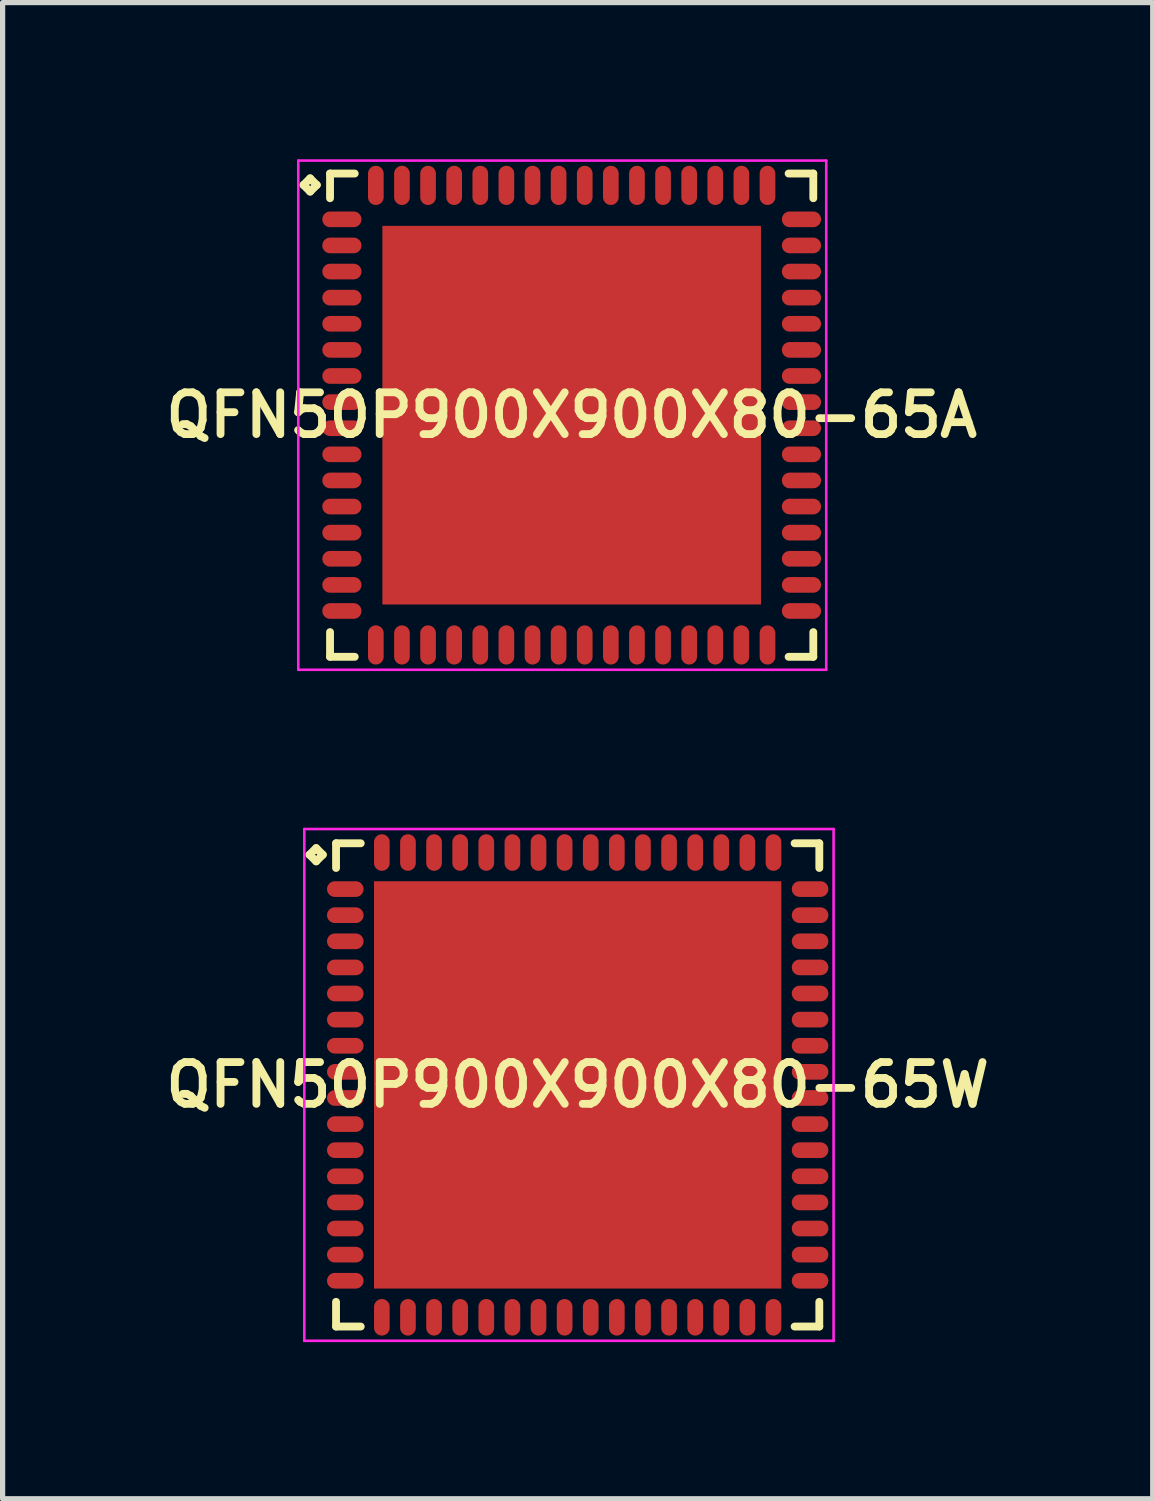
<source format=kicad_pcb>
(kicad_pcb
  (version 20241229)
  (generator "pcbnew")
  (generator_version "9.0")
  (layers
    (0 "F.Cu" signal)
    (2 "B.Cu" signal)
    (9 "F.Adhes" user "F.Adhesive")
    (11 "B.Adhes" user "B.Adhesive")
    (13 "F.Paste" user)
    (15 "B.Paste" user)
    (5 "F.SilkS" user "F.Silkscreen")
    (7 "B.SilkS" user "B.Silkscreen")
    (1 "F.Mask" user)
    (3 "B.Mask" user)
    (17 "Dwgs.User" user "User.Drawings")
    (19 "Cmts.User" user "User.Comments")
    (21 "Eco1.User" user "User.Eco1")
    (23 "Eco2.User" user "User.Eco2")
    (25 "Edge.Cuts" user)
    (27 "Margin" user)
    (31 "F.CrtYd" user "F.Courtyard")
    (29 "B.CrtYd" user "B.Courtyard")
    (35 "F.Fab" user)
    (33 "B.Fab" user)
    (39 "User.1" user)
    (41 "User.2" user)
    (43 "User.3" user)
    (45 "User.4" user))
  (footprint "QFN50P900X900X80-65W"
    (layer "F.Cu")
    (at 8.012 17.725)
    (property "Reference" "QFN50P900X900X80-65W" (at 0 0 0) (layer "F.SilkS") (effects (font (size 0.8 0.8) (thickness 0.15))))
    (attr smd)
    (fp_line (start -5.135 -4.408) (end -5.008 -4.535) (stroke (width 0.15) (type solid)) (layer "F.SilkS"))
    (fp_line (start -5.008 -4.535) (end -4.881 -4.408) (stroke (width 0.15) (type solid)) (layer "F.SilkS"))
    (fp_line (start -5.008 -4.281) (end -5.135 -4.408) (stroke (width 0.15) (type solid)) (layer "F.SilkS"))
    (fp_line (start -4.881 -4.408) (end -5.008 -4.281) (stroke (width 0.15) (type solid)) (layer "F.SilkS"))
    (fp_line (start -4.627 -4.627) (end -4.154 -4.627) (stroke (width 0.15) (type solid)) (layer "F.SilkS"))
    (fp_line (start -4.627 -4.154) (end -4.627 -4.627) (stroke (width 0.15) (type solid)) (layer "F.SilkS"))
    (fp_line (start -4.627 4.154) (end -4.627 4.627) (stroke (width 0.15) (type solid)) (layer "F.SilkS"))
    (fp_line (start -4.627 4.627) (end -4.154 4.627) (stroke (width 0.15) (type solid)) (layer "F.SilkS"))
    (fp_line (start 4.154 -4.627) (end 4.627 -4.627) (stroke (width 0.15) (type solid)) (layer "F.SilkS"))
    (fp_line (start 4.154 4.627) (end 4.627 4.627) (stroke (width 0.15) (type solid)) (layer "F.SilkS"))
    (fp_line (start 4.627 -4.627) (end 4.627 -4.154) (stroke (width 0.15) (type solid)) (layer "F.SilkS"))
    (fp_line (start 4.627 4.627) (end 4.627 4.154) (stroke (width 0.15) (type solid)) (layer "F.SilkS"))
    (fp_line (start -5.235 -4.9) (end 4.9 -4.9) (stroke (width 0.05) (type solid)) (layer "F.CrtYd"))
    (fp_line (start -5.235 4.9) (end -5.235 -4.9) (stroke (width 0.05) (type solid)) (layer "F.CrtYd"))
    (fp_line (start 4.9 -4.9) (end 4.9 4.9) (stroke (width 0.05) (type solid)) (layer "F.CrtYd"))
    (fp_line (start 4.9 4.9) (end -5.235 4.9) (stroke (width 0.05) (type solid)) (layer "F.CrtYd"))
    (pad "1" smd oval (at -4.45 -3.75) (size 0.7 0.3) (layers "F.Cu" "F.Mask" "F.Paste"))
    (pad "2" smd oval (at -4.45 -3.25) (size 0.7 0.3) (layers "F.Cu" "F.Mask" "F.Paste"))
    (pad "3" smd oval (at -4.45 -2.75) (size 0.7 0.3) (layers "F.Cu" "F.Mask" "F.Paste"))
    (pad "4" smd oval (at -4.45 -2.25) (size 0.7 0.3) (layers "F.Cu" "F.Mask" "F.Paste"))
    (pad "5" smd oval (at -4.45 -1.75) (size 0.7 0.3) (layers "F.Cu" "F.Mask" "F.Paste"))
    (pad "6" smd oval (at -4.45 -1.25) (size 0.7 0.3) (layers "F.Cu" "F.Mask" "F.Paste"))
    (pad "7" smd oval (at -4.45 -0.75) (size 0.7 0.3) (layers "F.Cu" "F.Mask" "F.Paste"))
    (pad "8" smd oval (at -4.45 -0.25) (size 0.7 0.3) (layers "F.Cu" "F.Mask" "F.Paste"))
    (pad "9" smd oval (at -4.45 0.25) (size 0.7 0.3) (layers "F.Cu" "F.Mask" "F.Paste"))
    (pad "10" smd oval (at -4.45 0.75) (size 0.7 0.3) (layers "F.Cu" "F.Mask" "F.Paste"))
    (pad "11" smd oval (at -4.45 1.25) (size 0.7 0.3) (layers "F.Cu" "F.Mask" "F.Paste"))
    (pad "12" smd oval (at -4.45 1.75) (size 0.7 0.3) (layers "F.Cu" "F.Mask" "F.Paste"))
    (pad "13" smd oval (at -4.45 2.25) (size 0.7 0.3) (layers "F.Cu" "F.Mask" "F.Paste"))
    (pad "14" smd oval (at -4.45 2.75) (size 0.7 0.3) (layers "F.Cu" "F.Mask" "F.Paste"))
    (pad "15" smd oval (at -4.45 3.25) (size 0.7 0.3) (layers "F.Cu" "F.Mask" "F.Paste"))
    (pad "16" smd oval (at -4.45 3.75) (size 0.7 0.3) (layers "F.Cu" "F.Mask" "F.Paste"))
    (pad "17" smd oval (at -3.75 4.45) (size 0.3 0.7) (layers "F.Cu" "F.Mask" "F.Paste"))
    (pad "18" smd oval (at -3.25 4.45) (size 0.3 0.7) (layers "F.Cu" "F.Mask" "F.Paste"))
    (pad "19" smd oval (at -2.75 4.45) (size 0.3 0.7) (layers "F.Cu" "F.Mask" "F.Paste"))
    (pad "20" smd oval (at -2.25 4.45) (size 0.3 0.7) (layers "F.Cu" "F.Mask" "F.Paste"))
    (pad "21" smd oval (at -1.75 4.45) (size 0.3 0.7) (layers "F.Cu" "F.Mask" "F.Paste"))
    (pad "22" smd oval (at -1.25 4.45) (size 0.3 0.7) (layers "F.Cu" "F.Mask" "F.Paste"))
    (pad "23" smd oval (at -0.75 4.45) (size 0.3 0.7) (layers "F.Cu" "F.Mask" "F.Paste"))
    (pad "24" smd oval (at -0.25 4.45) (size 0.3 0.7) (layers "F.Cu" "F.Mask" "F.Paste"))
    (pad "25" smd oval (at 0.25 4.45) (size 0.3 0.7) (layers "F.Cu" "F.Mask" "F.Paste"))
    (pad "26" smd oval (at 0.75 4.45) (size 0.3 0.7) (layers "F.Cu" "F.Mask" "F.Paste"))
    (pad "27" smd oval (at 1.25 4.45) (size 0.3 0.7) (layers "F.Cu" "F.Mask" "F.Paste"))
    (pad "28" smd oval (at 1.75 4.45) (size 0.3 0.7) (layers "F.Cu" "F.Mask" "F.Paste"))
    (pad "29" smd oval (at 2.25 4.45) (size 0.3 0.7) (layers "F.Cu" "F.Mask" "F.Paste"))
    (pad "30" smd oval (at 2.75 4.45) (size 0.3 0.7) (layers "F.Cu" "F.Mask" "F.Paste"))
    (pad "31" smd oval (at 3.25 4.45) (size 0.3 0.7) (layers "F.Cu" "F.Mask" "F.Paste"))
    (pad "32" smd oval (at 3.75 4.45) (size 0.3 0.7) (layers "F.Cu" "F.Mask" "F.Paste"))
    (pad "33" smd oval (at 4.45 3.75) (size 0.7 0.3) (layers "F.Cu" "F.Mask" "F.Paste"))
    (pad "34" smd oval (at 4.45 3.25) (size 0.7 0.3) (layers "F.Cu" "F.Mask" "F.Paste"))
    (pad "35" smd oval (at 4.45 2.75) (size 0.7 0.3) (layers "F.Cu" "F.Mask" "F.Paste"))
    (pad "36" smd oval (at 4.45 2.25) (size 0.7 0.3) (layers "F.Cu" "F.Mask" "F.Paste"))
    (pad "37" smd oval (at 4.45 1.75) (size 0.7 0.3) (layers "F.Cu" "F.Mask" "F.Paste"))
    (pad "38" smd oval (at 4.45 1.25) (size 0.7 0.3) (layers "F.Cu" "F.Mask" "F.Paste"))
    (pad "39" smd oval (at 4.45 0.75) (size 0.7 0.3) (layers "F.Cu" "F.Mask" "F.Paste"))
    (pad "40" smd oval (at 4.45 0.25) (size 0.7 0.3) (layers "F.Cu" "F.Mask" "F.Paste"))
    (pad "41" smd oval (at 4.45 -0.25) (size 0.7 0.3) (layers "F.Cu" "F.Mask" "F.Paste"))
    (pad "42" smd oval (at 4.45 -0.75) (size 0.7 0.3) (layers "F.Cu" "F.Mask" "F.Paste"))
    (pad "43" smd oval (at 4.45 -1.25) (size 0.7 0.3) (layers "F.Cu" "F.Mask" "F.Paste"))
    (pad "44" smd oval (at 4.45 -1.75) (size 0.7 0.3) (layers "F.Cu" "F.Mask" "F.Paste"))
    (pad "45" smd oval (at 4.45 -2.25) (size 0.7 0.3) (layers "F.Cu" "F.Mask" "F.Paste"))
    (pad "46" smd oval (at 4.45 -2.75) (size 0.7 0.3) (layers "F.Cu" "F.Mask" "F.Paste"))
    (pad "47" smd oval (at 4.45 -3.25) (size 0.7 0.3) (layers "F.Cu" "F.Mask" "F.Paste"))
    (pad "48" smd oval (at 4.45 -3.75) (size 0.7 0.3) (layers "F.Cu" "F.Mask" "F.Paste"))
    (pad "49" smd oval (at 3.75 -4.45) (size 0.3 0.7) (layers "F.Cu" "F.Mask" "F.Paste"))
    (pad "50" smd oval (at 3.25 -4.45) (size 0.3 0.7) (layers "F.Cu" "F.Mask" "F.Paste"))
    (pad "51" smd oval (at 2.75 -4.45) (size 0.3 0.7) (layers "F.Cu" "F.Mask" "F.Paste"))
    (pad "52" smd oval (at 2.25 -4.45) (size 0.3 0.7) (layers "F.Cu" "F.Mask" "F.Paste"))
    (pad "53" smd oval (at 1.75 -4.45) (size 0.3 0.7) (layers "F.Cu" "F.Mask" "F.Paste"))
    (pad "54" smd oval (at 1.25 -4.45) (size 0.3 0.7) (layers "F.Cu" "F.Mask" "F.Paste"))
    (pad "55" smd oval (at 0.75 -4.45) (size 0.3 0.7) (layers "F.Cu" "F.Mask" "F.Paste"))
    (pad "56" smd oval (at 0.25 -4.45) (size 0.3 0.7) (layers "F.Cu" "F.Mask" "F.Paste"))
    (pad "57" smd oval (at -0.25 -4.45) (size 0.3 0.7) (layers "F.Cu" "F.Mask" "F.Paste"))
    (pad "58" smd oval (at -0.75 -4.45) (size 0.3 0.7) (layers "F.Cu" "F.Mask" "F.Paste"))
    (pad "59" smd oval (at -1.25 -4.45) (size 0.3 0.7) (layers "F.Cu" "F.Mask" "F.Paste"))
    (pad "60" smd oval (at -1.75 -4.45) (size 0.3 0.7) (layers "F.Cu" "F.Mask" "F.Paste"))
    (pad "61" smd oval (at -2.25 -4.45) (size 0.3 0.7) (layers "F.Cu" "F.Mask" "F.Paste"))
    (pad "62" smd oval (at -2.75 -4.45) (size 0.3 0.7) (layers "F.Cu" "F.Mask" "F.Paste"))
    (pad "63" smd oval (at -3.25 -4.45) (size 0.3 0.7) (layers "F.Cu" "F.Mask" "F.Paste"))
    (pad "64" smd oval (at -3.75 -4.45) (size 0.3 0.7) (layers "F.Cu" "F.Mask" "F.Paste"))
    (pad "65" smd rect (at 0 0) (size 7.8 7.8) (layers "F.Cu" "F.Mask" "F.Paste")))
  (footprint "QFN50P900X900X80-65A"
    (layer "F.Cu")
    (at 7.897 4.9)
    (property "Reference" "QFN50P900X900X80-65A" (at 0 0 0) (layer "F.SilkS") (effects (font (size 0.8 0.8) (thickness 0.15))))
    (attr smd)
    (fp_line (start -5.135 -4.408) (end -5.008 -4.535) (stroke (width 0.15) (type solid)) (layer "F.SilkS"))
    (fp_line (start -5.008 -4.535) (end -4.881 -4.408) (stroke (width 0.15) (type solid)) (layer "F.SilkS"))
    (fp_line (start -5.008 -4.281) (end -5.135 -4.408) (stroke (width 0.15) (type solid)) (layer "F.SilkS"))
    (fp_line (start -4.881 -4.408) (end -5.008 -4.281) (stroke (width 0.15) (type solid)) (layer "F.SilkS"))
    (fp_line (start -4.627 -4.627) (end -4.154 -4.627) (stroke (width 0.15) (type solid)) (layer "F.SilkS"))
    (fp_line (start -4.627 -4.154) (end -4.627 -4.627) (stroke (width 0.15) (type solid)) (layer "F.SilkS"))
    (fp_line (start -4.627 4.154) (end -4.627 4.627) (stroke (width 0.15) (type solid)) (layer "F.SilkS"))
    (fp_line (start -4.627 4.627) (end -4.154 4.627) (stroke (width 0.15) (type solid)) (layer "F.SilkS"))
    (fp_line (start 4.154 -4.627) (end 4.627 -4.627) (stroke (width 0.15) (type solid)) (layer "F.SilkS"))
    (fp_line (start 4.154 4.627) (end 4.627 4.627) (stroke (width 0.15) (type solid)) (layer "F.SilkS"))
    (fp_line (start 4.627 -4.627) (end 4.627 -4.154) (stroke (width 0.15) (type solid)) (layer "F.SilkS"))
    (fp_line (start 4.627 4.627) (end 4.627 4.154) (stroke (width 0.15) (type solid)) (layer "F.SilkS"))
    (fp_line (start -5.235 -4.875) (end 4.875 -4.875) (stroke (width 0.05) (type solid)) (layer "F.CrtYd"))
    (fp_line (start -5.235 4.875) (end -5.235 -4.875) (stroke (width 0.05) (type solid)) (layer "F.CrtYd"))
    (fp_line (start 4.875 -4.875) (end 4.875 4.875) (stroke (width 0.05) (type solid)) (layer "F.CrtYd"))
    (fp_line (start 4.875 4.875) (end -5.235 4.875) (stroke (width 0.05) (type solid)) (layer "F.CrtYd"))
    (pad "1" smd oval (at -4.4 -3.75) (size 0.75 0.3) (layers "F.Cu" "F.Mask" "F.Paste"))
    (pad "2" smd oval (at -4.4 -3.25) (size 0.75 0.3) (layers "F.Cu" "F.Mask" "F.Paste"))
    (pad "3" smd oval (at -4.4 -2.75) (size 0.75 0.3) (layers "F.Cu" "F.Mask" "F.Paste"))
    (pad "4" smd oval (at -4.4 -2.25) (size 0.75 0.3) (layers "F.Cu" "F.Mask" "F.Paste"))
    (pad "5" smd oval (at -4.4 -1.75) (size 0.75 0.3) (layers "F.Cu" "F.Mask" "F.Paste"))
    (pad "6" smd oval (at -4.4 -1.25) (size 0.75 0.3) (layers "F.Cu" "F.Mask" "F.Paste"))
    (pad "7" smd oval (at -4.4 -0.75) (size 0.75 0.3) (layers "F.Cu" "F.Mask" "F.Paste"))
    (pad "8" smd oval (at -4.4 -0.25) (size 0.75 0.3) (layers "F.Cu" "F.Mask" "F.Paste"))
    (pad "9" smd oval (at -4.4 0.25) (size 0.75 0.3) (layers "F.Cu" "F.Mask" "F.Paste"))
    (pad "10" smd oval (at -4.4 0.75) (size 0.75 0.3) (layers "F.Cu" "F.Mask" "F.Paste"))
    (pad "11" smd oval (at -4.4 1.25) (size 0.75 0.3) (layers "F.Cu" "F.Mask" "F.Paste"))
    (pad "12" smd oval (at -4.4 1.75) (size 0.75 0.3) (layers "F.Cu" "F.Mask" "F.Paste"))
    (pad "13" smd oval (at -4.4 2.25) (size 0.75 0.3) (layers "F.Cu" "F.Mask" "F.Paste"))
    (pad "14" smd oval (at -4.4 2.75) (size 0.75 0.3) (layers "F.Cu" "F.Mask" "F.Paste"))
    (pad "15" smd oval (at -4.4 3.25) (size 0.75 0.3) (layers "F.Cu" "F.Mask" "F.Paste"))
    (pad "16" smd oval (at -4.4 3.75) (size 0.75 0.3) (layers "F.Cu" "F.Mask" "F.Paste"))
    (pad "17" smd oval (at -3.75 4.4) (size 0.3 0.75) (layers "F.Cu" "F.Mask" "F.Paste"))
    (pad "18" smd oval (at -3.25 4.4) (size 0.3 0.75) (layers "F.Cu" "F.Mask" "F.Paste"))
    (pad "19" smd oval (at -2.75 4.4) (size 0.3 0.75) (layers "F.Cu" "F.Mask" "F.Paste"))
    (pad "20" smd oval (at -2.25 4.4) (size 0.3 0.75) (layers "F.Cu" "F.Mask" "F.Paste"))
    (pad "21" smd oval (at -1.75 4.4) (size 0.3 0.75) (layers "F.Cu" "F.Mask" "F.Paste"))
    (pad "22" smd oval (at -1.25 4.4) (size 0.3 0.75) (layers "F.Cu" "F.Mask" "F.Paste"))
    (pad "23" smd oval (at -0.75 4.4) (size 0.3 0.75) (layers "F.Cu" "F.Mask" "F.Paste"))
    (pad "24" smd oval (at -0.25 4.4) (size 0.3 0.75) (layers "F.Cu" "F.Mask" "F.Paste"))
    (pad "25" smd oval (at 0.25 4.4) (size 0.3 0.75) (layers "F.Cu" "F.Mask" "F.Paste"))
    (pad "26" smd oval (at 0.75 4.4) (size 0.3 0.75) (layers "F.Cu" "F.Mask" "F.Paste"))
    (pad "27" smd oval (at 1.25 4.4) (size 0.3 0.75) (layers "F.Cu" "F.Mask" "F.Paste"))
    (pad "28" smd oval (at 1.75 4.4) (size 0.3 0.75) (layers "F.Cu" "F.Mask" "F.Paste"))
    (pad "29" smd oval (at 2.25 4.4) (size 0.3 0.75) (layers "F.Cu" "F.Mask" "F.Paste"))
    (pad "30" smd oval (at 2.75 4.4) (size 0.3 0.75) (layers "F.Cu" "F.Mask" "F.Paste"))
    (pad "31" smd oval (at 3.25 4.4) (size 0.3 0.75) (layers "F.Cu" "F.Mask" "F.Paste"))
    (pad "32" smd oval (at 3.75 4.4) (size 0.3 0.75) (layers "F.Cu" "F.Mask" "F.Paste"))
    (pad "33" smd oval (at 4.4 3.75) (size 0.75 0.3) (layers "F.Cu" "F.Mask" "F.Paste"))
    (pad "34" smd oval (at 4.4 3.25) (size 0.75 0.3) (layers "F.Cu" "F.Mask" "F.Paste"))
    (pad "35" smd oval (at 4.4 2.75) (size 0.75 0.3) (layers "F.Cu" "F.Mask" "F.Paste"))
    (pad "36" smd oval (at 4.4 2.25) (size 0.75 0.3) (layers "F.Cu" "F.Mask" "F.Paste"))
    (pad "37" smd oval (at 4.4 1.75) (size 0.75 0.3) (layers "F.Cu" "F.Mask" "F.Paste"))
    (pad "38" smd oval (at 4.4 1.25) (size 0.75 0.3) (layers "F.Cu" "F.Mask" "F.Paste"))
    (pad "39" smd oval (at 4.4 0.75) (size 0.75 0.3) (layers "F.Cu" "F.Mask" "F.Paste"))
    (pad "40" smd oval (at 4.4 0.25) (size 0.75 0.3) (layers "F.Cu" "F.Mask" "F.Paste"))
    (pad "41" smd oval (at 4.4 -0.25) (size 0.75 0.3) (layers "F.Cu" "F.Mask" "F.Paste"))
    (pad "42" smd oval (at 4.4 -0.75) (size 0.75 0.3) (layers "F.Cu" "F.Mask" "F.Paste"))
    (pad "43" smd oval (at 4.4 -1.25) (size 0.75 0.3) (layers "F.Cu" "F.Mask" "F.Paste"))
    (pad "44" smd oval (at 4.4 -1.75) (size 0.75 0.3) (layers "F.Cu" "F.Mask" "F.Paste"))
    (pad "45" smd oval (at 4.4 -2.25) (size 0.75 0.3) (layers "F.Cu" "F.Mask" "F.Paste"))
    (pad "46" smd oval (at 4.4 -2.75) (size 0.75 0.3) (layers "F.Cu" "F.Mask" "F.Paste"))
    (pad "47" smd oval (at 4.4 -3.25) (size 0.75 0.3) (layers "F.Cu" "F.Mask" "F.Paste"))
    (pad "48" smd oval (at 4.4 -3.75) (size 0.75 0.3) (layers "F.Cu" "F.Mask" "F.Paste"))
    (pad "49" smd oval (at 3.75 -4.4) (size 0.3 0.75) (layers "F.Cu" "F.Mask" "F.Paste"))
    (pad "50" smd oval (at 3.25 -4.4) (size 0.3 0.75) (layers "F.Cu" "F.Mask" "F.Paste"))
    (pad "51" smd oval (at 2.75 -4.4) (size 0.3 0.75) (layers "F.Cu" "F.Mask" "F.Paste"))
    (pad "52" smd oval (at 2.25 -4.4) (size 0.3 0.75) (layers "F.Cu" "F.Mask" "F.Paste"))
    (pad "53" smd oval (at 1.75 -4.4) (size 0.3 0.75) (layers "F.Cu" "F.Mask" "F.Paste"))
    (pad "54" smd oval (at 1.25 -4.4) (size 0.3 0.75) (layers "F.Cu" "F.Mask" "F.Paste"))
    (pad "55" smd oval (at 0.75 -4.4) (size 0.3 0.75) (layers "F.Cu" "F.Mask" "F.Paste"))
    (pad "56" smd oval (at 0.25 -4.4) (size 0.3 0.75) (layers "F.Cu" "F.Mask" "F.Paste"))
    (pad "57" smd oval (at -0.25 -4.4) (size 0.3 0.75) (layers "F.Cu" "F.Mask" "F.Paste"))
    (pad "58" smd oval (at -0.75 -4.4) (size 0.3 0.75) (layers "F.Cu" "F.Mask" "F.Paste"))
    (pad "59" smd oval (at -1.25 -4.4) (size 0.3 0.75) (layers "F.Cu" "F.Mask" "F.Paste"))
    (pad "60" smd oval (at -1.75 -4.4) (size 0.3 0.75) (layers "F.Cu" "F.Mask" "F.Paste"))
    (pad "61" smd oval (at -2.25 -4.4) (size 0.3 0.75) (layers "F.Cu" "F.Mask" "F.Paste"))
    (pad "62" smd oval (at -2.75 -4.4) (size 0.3 0.75) (layers "F.Cu" "F.Mask" "F.Paste"))
    (pad "63" smd oval (at -3.25 -4.4) (size 0.3 0.75) (layers "F.Cu" "F.Mask" "F.Paste"))
    (pad "64" smd oval (at -3.75 -4.4) (size 0.3 0.75) (layers "F.Cu" "F.Mask" "F.Paste"))
    (pad "65" smd rect (at 0 0) (size 7.25 7.25) (layers "F.Cu" "F.Mask" "F.Paste")))
  (gr_rect
    (start -3 -3)
    (end 19.023 25.65)
    (stroke (width 0.1) (type default))
    (fill no)
    (layer "Edge.Cuts")))
</source>
